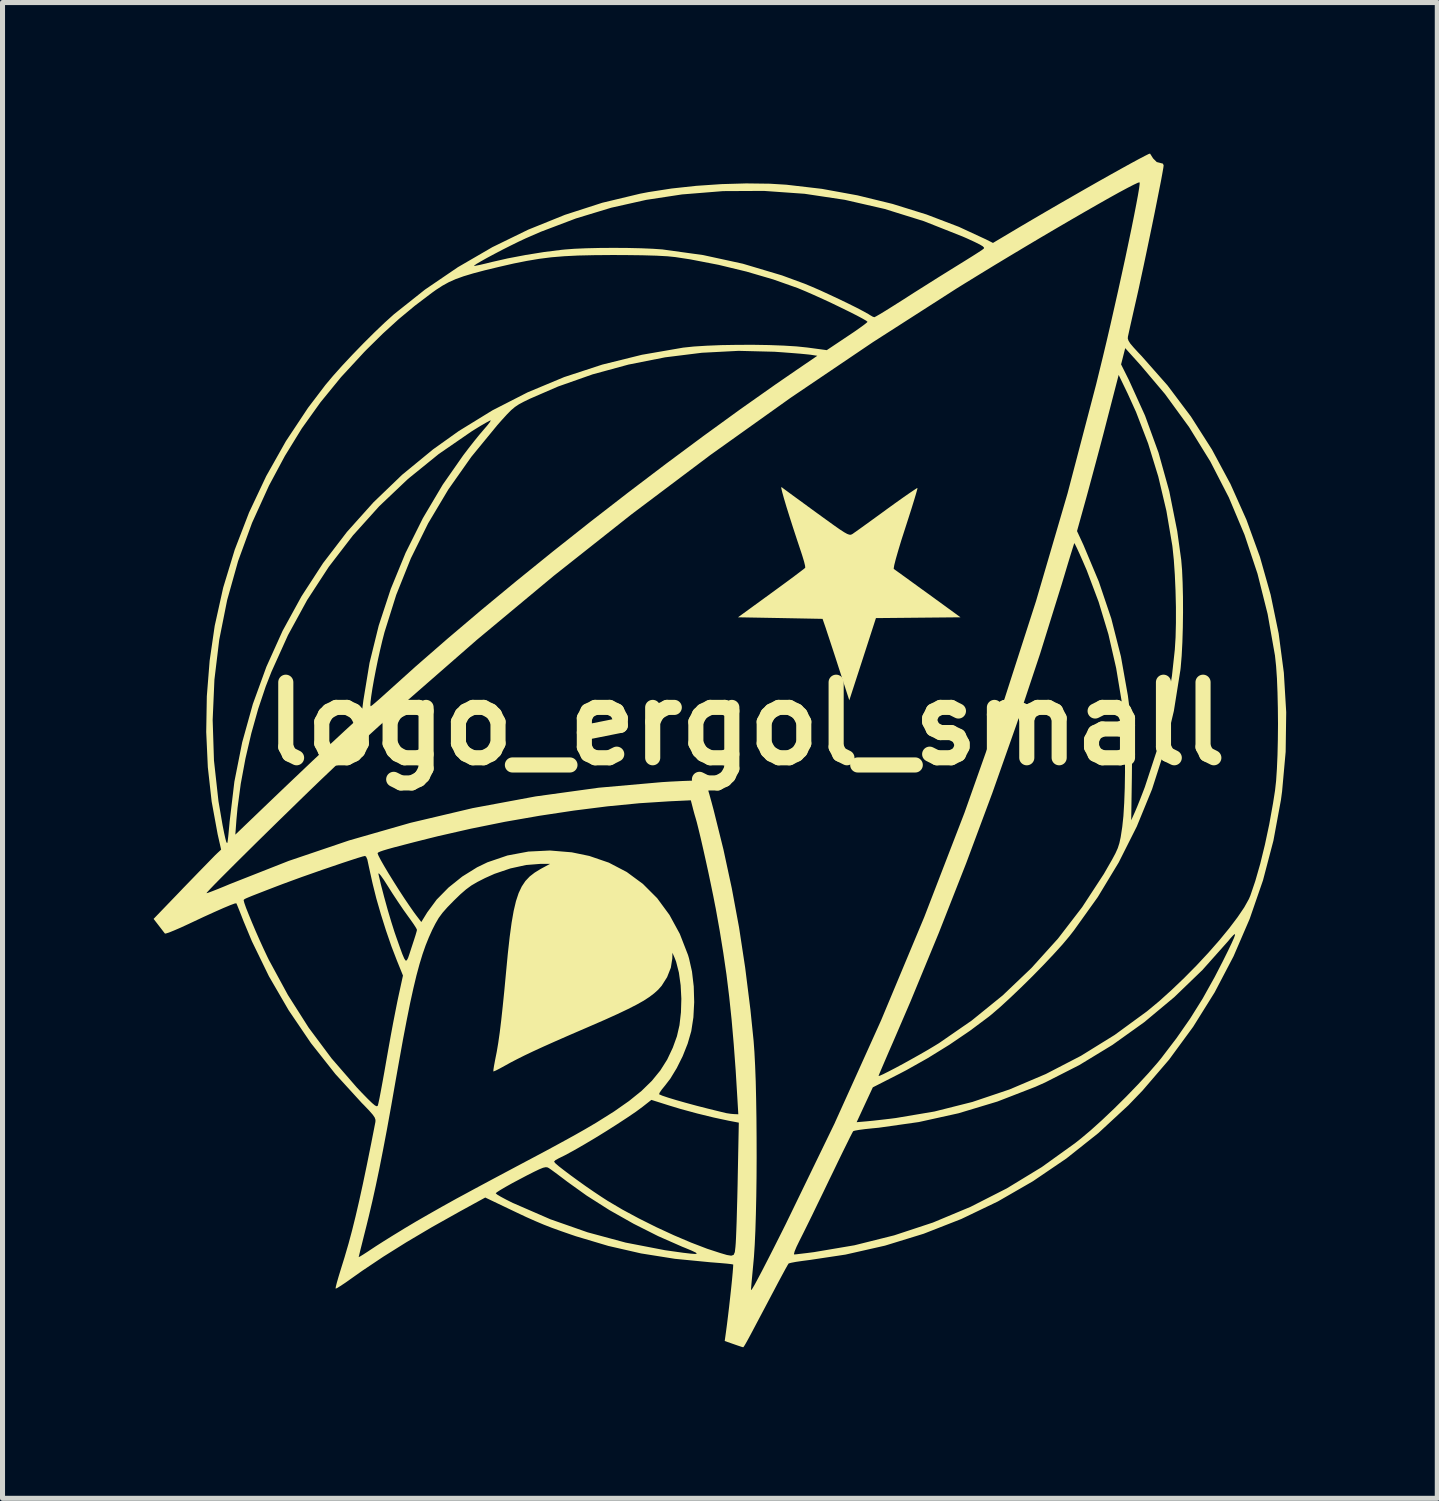
<source format=kicad_pcb>
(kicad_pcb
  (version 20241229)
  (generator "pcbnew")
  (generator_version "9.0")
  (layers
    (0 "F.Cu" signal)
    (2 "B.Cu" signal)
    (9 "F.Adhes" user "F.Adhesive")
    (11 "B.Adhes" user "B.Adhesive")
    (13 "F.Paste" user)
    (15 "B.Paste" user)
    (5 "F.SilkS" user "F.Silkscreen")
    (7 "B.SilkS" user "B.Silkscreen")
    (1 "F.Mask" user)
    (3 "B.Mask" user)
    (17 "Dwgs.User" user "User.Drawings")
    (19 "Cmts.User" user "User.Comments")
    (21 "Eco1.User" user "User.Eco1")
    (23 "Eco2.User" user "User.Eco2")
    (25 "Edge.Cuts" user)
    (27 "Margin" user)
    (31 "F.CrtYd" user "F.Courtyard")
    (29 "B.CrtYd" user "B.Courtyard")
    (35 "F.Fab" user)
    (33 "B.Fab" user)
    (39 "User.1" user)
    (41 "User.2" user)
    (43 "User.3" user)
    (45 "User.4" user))
  (footprint "logo_ergol_small"
    (layer "F.Cu")
    (at 11.768 11.319)
    (property "Reference" "logo_ergol_small" (at 0 0 0) (layer "F.SilkS") (effects (font (size 1.5 1.5) (thickness 0.3))))
    (attr board_only exclude_from_pos_files exclude_from_bom)
    (fp_poly (pts (xy 0.699 -4.698) (xy 0.733 -4.672) (xy 0.811 -4.615) (xy 0.925 -4.531) (xy 1.068 -4.427) (xy 1.233 -4.306) (xy 1.387 -4.194) (xy 1.586 -4.05) (xy 1.74 -3.939) (xy 1.857 -3.857) (xy 1.943 -3.801) (xy 2.004 -3.767) (xy 2.046 -3.752) (xy 2.076 -3.75) (xy 2.1 -3.76) (xy 2.111 -3.766) (xy 2.156 -3.798) (xy 2.244 -3.86) (xy 2.366 -3.948) (xy 2.514 -4.055) (xy 2.681 -4.176) (xy 2.786 -4.253) (xy 2.955 -4.375) (xy 3.107 -4.483) (xy 3.235 -4.572) (xy 3.331 -4.637) (xy 3.388 -4.674) (xy 3.401 -4.679) (xy 3.395 -4.648) (xy 3.372 -4.564) (xy 3.334 -4.437) (xy 3.284 -4.275) (xy 3.223 -4.084) (xy 3.157 -3.879) (xy 3.079 -3.637) (xy 3.017 -3.431) (xy 2.97 -3.267) (xy 2.94 -3.149) (xy 2.929 -3.083) (xy 2.931 -3.07) (xy 2.964 -3.047) (xy 3.041 -2.992) (xy 3.153 -2.911) (xy 3.295 -2.808) (xy 3.459 -2.689) (xy 3.609 -2.581) (xy 4.255 -2.111) (xy 3.415 -2.103) (xy 2.576 -2.095) (xy 2.312 -1.279) (xy 2.047 -0.463) (xy 1.835 -1.115) (xy 1.77 -1.317) (xy 1.707 -1.509) (xy 1.651 -1.679) (xy 1.606 -1.815) (xy 1.576 -1.907) (xy 1.57 -1.924) (xy 1.516 -2.08) (xy 0.677 -2.096) (xy -0.163 -2.111) (xy 0.497 -2.591) (xy 0.675 -2.721) (xy 0.836 -2.839) (xy 0.973 -2.941) (xy 1.079 -3.021) (xy 1.148 -3.074) (xy 1.172 -3.095) (xy 1.169 -3.134) (xy 1.149 -3.217) (xy 1.115 -3.33) (xy 1.093 -3.398) (xy 1.008 -3.653) (xy 0.929 -3.894) (xy 0.858 -4.116) (xy 0.797 -4.311) (xy 0.749 -4.473) (xy 0.715 -4.596) (xy 0.697 -4.673) (xy 0.698 -4.698)) (stroke (width 0) (type solid)) (fill yes) (layer "F.SilkS"))
    (fp_poly (pts (xy 8.039 -11.288) (xy 8.078 -11.226) (xy 8.081 -11.222) (xy 8.152 -11.151) (xy 8.212 -11.136) (xy 8.275 -11.119) (xy 8.289 -11.085) (xy 8.283 -11.037) (xy 8.265 -10.934) (xy 8.238 -10.786) (xy 8.201 -10.599) (xy 8.158 -10.382) (xy 8.11 -10.141) (xy 8.058 -9.886) (xy 8.003 -9.622) (xy 7.948 -9.358) (xy 7.894 -9.102) (xy 7.842 -8.861) (xy 7.795 -8.642) (xy 7.758 -8.477) (xy 7.711 -8.271) (xy 7.668 -8.081) (xy 7.631 -7.917) (xy 7.603 -7.79) (xy 7.585 -7.708) (xy 7.58 -7.687) (xy 7.577 -7.647) (xy 7.591 -7.604) (xy 7.626 -7.548) (xy 7.691 -7.471) (xy 7.79 -7.363) (xy 7.853 -7.297) (xy 8.365 -6.717) (xy 8.831 -6.097) (xy 9.248 -5.443) (xy 9.616 -4.758) (xy 9.934 -4.046) (xy 10.201 -3.311) (xy 10.414 -2.558) (xy 10.573 -1.79) (xy 10.676 -1.011) (xy 10.723 -0.226) (xy 10.712 0.561) (xy 10.641 1.347) (xy 10.618 1.517) (xy 10.469 2.324) (xy 10.262 3.112) (xy 9.997 3.879) (xy 9.677 4.621) (xy 9.302 5.337) (xy 8.875 6.021) (xy 8.397 6.673) (xy 7.869 7.288) (xy 7.588 7.58) (xy 6.993 8.131) (xy 6.36 8.634) (xy 5.694 9.087) (xy 4.997 9.489) (xy 4.272 9.837) (xy 3.524 10.13) (xy 2.757 10.366) (xy 1.972 10.544) (xy 1.268 10.65) (xy 1.115 10.67) (xy 0.985 10.689) (xy 0.891 10.707) (xy 0.844 10.72) (xy 0.842 10.721) (xy 0.821 10.755) (xy 0.776 10.835) (xy 0.711 10.955) (xy 0.631 11.104) (xy 0.541 11.275) (xy 0.507 11.339) (xy 0.365 11.608) (xy 0.249 11.827) (xy 0.157 12.001) (xy 0.086 12.135) (xy 0.033 12.233) (xy -0.006 12.303) (xy -0.032 12.347) (xy -0.048 12.372) (xy -0.058 12.383) (xy -0.063 12.384) (xy -0.098 12.374) (xy -0.175 12.348) (xy -0.253 12.321) (xy -0.427 12.26) (xy -0.402 12.081) (xy -0.383 11.937) (xy -0.362 11.768) (xy -0.34 11.584) (xy -0.319 11.395) (xy -0.299 11.212) (xy -0.282 11.046) (xy -0.269 10.906) (xy -0.261 10.803) (xy -0.258 10.747) (xy -0.259 10.741) (xy -0.294 10.734) (xy -0.379 10.724) (xy -0.503 10.713) (xy -0.655 10.701) (xy -0.707 10.697) (xy -1.416 10.628) (xy -2.088 10.521) (xy -2.738 10.372) (xy -3.382 10.18) (xy -3.467 10.151) (xy -3.68 10.077) (xy -3.86 10.012) (xy -4.024 9.948) (xy -4.187 9.879) (xy -4.365 9.8) (xy -4.573 9.702) (xy -4.726 9.629) (xy -5.182 9.411) (xy -5.68 9.684) (xy -6.24 9.998) (xy -6.747 10.298) (xy -7.207 10.586) (xy -7.628 10.868) (xy -7.847 11.023) (xy -7.963 11.105) (xy -8.06 11.169) (xy -8.127 11.21) (xy -8.154 11.22) (xy -8.15 11.186) (xy -8.13 11.104) (xy -8.096 10.986) (xy -8.052 10.842) (xy -8.04 10.803) (xy -7.975 10.594) (xy -7.695 10.594) (xy -7.671 10.583) (xy -7.607 10.544) (xy -7.514 10.484) (xy -7.46 10.448) (xy -7.348 10.374) (xy -7.199 10.279) (xy -7.029 10.173) (xy -6.854 10.066) (xy -6.786 10.024) (xy -6.556 9.887) (xy -6.311 9.746) (xy -6.045 9.595) (xy -5.752 9.432) (xy -5.557 9.327) (xy -4.974 9.327) (xy -4.947 9.351) (xy -4.874 9.395) (xy -4.766 9.453) (xy -4.634 9.519) (xy -4.622 9.524) (xy -3.888 9.843) (xy -3.149 10.102) (xy -2.394 10.306) (xy -1.613 10.457) (xy -1.251 10.508) (xy -1.104 10.525) (xy -1.013 10.532) (xy -0.98 10.525) (xy -1.004 10.503) (xy -1.086 10.464) (xy -1.226 10.406) (xy -1.271 10.388) (xy -1.75 10.177) (xy -2.238 9.931) (xy -2.717 9.66) (xy -3.168 9.373) (xy -3.549 9.1) (xy -3.673 9.006) (xy -3.785 8.922) (xy -3.873 8.858) (xy -3.921 8.825) (xy -3.95 8.811) (xy -3.985 8.809) (xy -4.035 8.82) (xy -4.108 8.85) (xy -4.213 8.9) (xy -4.359 8.974) (xy -4.482 9.039) (xy -4.641 9.123) (xy -4.778 9.2) (xy -4.885 9.263) (xy -4.953 9.307) (xy -4.974 9.327) (xy -5.557 9.327) (xy -5.423 9.254) (xy -5.052 9.055) (xy -4.633 8.832) (xy -4.592 8.81) (xy -4.383 8.699) (xy -3.816 8.699) (xy -3.792 8.729) (xy -3.724 8.788) (xy -3.62 8.869) (xy -3.49 8.967) (xy -3.342 9.075) (xy -3.184 9.188) (xy -3.024 9.298) (xy -2.871 9.4) (xy -2.753 9.476) (xy -2.459 9.65) (xy -2.132 9.826) (xy -1.786 9.999) (xy -1.435 10.161) (xy -1.094 10.306) (xy -0.776 10.428) (xy -0.516 10.513) (xy -0.383 10.552) (xy -0.298 10.566) (xy -0.25 10.55) (xy -0.226 10.495) (xy -0.214 10.392) (xy -0.208 10.315) (xy -0.203 10.221) (xy -0.197 10.074) (xy -0.19 9.883) (xy -0.184 9.66) (xy -0.177 9.412) (xy -0.171 9.15) (xy -0.168 8.99) (xy -0.147 7.924) (xy -0.347 7.886) (xy -0.646 7.822) (xy -0.973 7.742) (xy -1.301 7.653) (xy -1.535 7.582) (xy -1.883 7.472) (xy -2.06 7.611) (xy -2.19 7.707) (xy -2.361 7.823) (xy -2.561 7.954) (xy -2.778 8.092) (xy -3.002 8.23) (xy -3.221 8.36) (xy -3.423 8.476) (xy -3.596 8.57) (xy -3.73 8.636) (xy -3.73 8.636) (xy -3.791 8.671) (xy -3.816 8.699) (xy -4.383 8.699) (xy -4.262 8.635) (xy -3.98 8.485) (xy -3.74 8.355) (xy -3.535 8.243) (xy -3.357 8.144) (xy -3.2 8.055) (xy -3.057 7.971) (xy -2.974 7.922) (xy -2.624 7.702) (xy -2.327 7.494) (xy -2.079 7.294) (xy -1.874 7.094) (xy -1.706 6.888) (xy -1.569 6.671) (xy -1.458 6.436) (xy -1.376 6.209) (xy -1.325 5.988) (xy -1.296 5.733) (xy -1.288 5.464) (xy -1.302 5.195) (xy -1.337 4.944) (xy -1.392 4.728) (xy -1.423 4.648) (xy -1.465 4.551) (xy -1.468 4.667) (xy -1.497 4.848) (xy -1.571 5.035) (xy -1.68 5.207) (xy -1.749 5.285) (xy -1.828 5.356) (xy -1.921 5.427) (xy -2.034 5.501) (xy -2.173 5.579) (xy -2.345 5.667) (xy -2.555 5.767) (xy -2.809 5.882) (xy -3.115 6.015) (xy -3.191 6.048) (xy -3.52 6.19) (xy -3.798 6.312) (xy -4.033 6.417) (xy -4.231 6.508) (xy -4.399 6.588) (xy -4.545 6.661) (xy -4.676 6.729) (xy -4.788 6.791) (xy -4.892 6.848) (xy -4.972 6.889) (xy -5.017 6.907) (xy -5.021 6.907) (xy -5.02 6.874) (xy -5.008 6.796) (xy -4.988 6.689) (xy -4.986 6.678) (xy -4.954 6.518) (xy -4.924 6.34) (xy -4.895 6.137) (xy -4.866 5.9) (xy -4.836 5.624) (xy -4.803 5.299) (xy -4.771 4.958) (xy -4.734 4.569) (xy -4.697 4.236) (xy -4.659 3.955) (xy -4.618 3.72) (xy -4.572 3.525) (xy -4.519 3.365) (xy -4.457 3.234) (xy -4.385 3.126) (xy -4.3 3.036) (xy -4.201 2.959) (xy -4.085 2.888) (xy -4.067 2.878) (xy -3.894 2.785) (xy -4.082 2.785) (xy -4.372 2.808) (xy -4.683 2.876) (xy -4.998 2.983) (xy -5.186 3.067) (xy -5.337 3.144) (xy -5.457 3.214) (xy -5.563 3.292) (xy -5.675 3.389) (xy -5.804 3.514) (xy -5.935 3.648) (xy -6.031 3.757) (xy -6.107 3.86) (xy -6.173 3.974) (xy -6.236 4.098) (xy -6.303 4.247) (xy -6.367 4.406) (xy -6.428 4.581) (xy -6.488 4.778) (xy -6.548 5) (xy -6.609 5.255) (xy -6.673 5.546) (xy -6.74 5.879) (xy -6.813 6.259) (xy -6.891 6.692) (xy -6.961 7.085) (xy -7.051 7.598) (xy -7.134 8.057) (xy -7.212 8.468) (xy -7.285 8.838) (xy -7.356 9.176) (xy -7.425 9.488) (xy -7.494 9.781) (xy -7.54 9.969) (xy -7.587 10.155) (xy -7.628 10.32) (xy -7.662 10.454) (xy -7.684 10.547) (xy -7.695 10.592) (xy -7.695 10.594) (xy -7.975 10.594) (xy -7.967 10.566) (xy -7.896 10.323) (xy -7.827 10.066) (xy -7.758 9.788) (xy -7.687 9.482) (xy -7.612 9.141) (xy -7.532 8.758) (xy -7.445 8.327) (xy -7.363 7.908) (xy -7.362 7.868) (xy -7.377 7.823) (xy -7.416 7.766) (xy -7.486 7.686) (xy -7.592 7.575) (xy -7.634 7.533) (xy -8.158 6.959) (xy -8.644 6.344) (xy -9.085 5.694) (xy -9.478 5.017) (xy -9.816 4.322) (xy -9.981 3.926) (xy -10.034 3.79) (xy -10.079 3.677) (xy -10.111 3.599) (xy -10.125 3.568) (xy -10.159 3.573) (xy -10.245 3.605) (xy -10.377 3.66) (xy -10.553 3.738) (xy -10.767 3.835) (xy -11.016 3.952) (xy -11.071 3.978) (xy -11.225 4.049) (xy -11.359 4.107) (xy -11.463 4.149) (xy -11.527 4.169) (xy -11.543 4.169) (xy -11.572 4.132) (xy -11.625 4.063) (xy -11.665 4.011) (xy -11.768 3.878) (xy -11.41 3.506) (xy -9.979 3.506) (xy -9.979 3.511) (xy -9.966 3.562) (xy -9.932 3.659) (xy -9.879 3.792) (xy -9.814 3.95) (xy -9.74 4.124) (xy -9.661 4.303) (xy -9.582 4.476) (xy -9.508 4.633) (xy -9.479 4.692) (xy -9.101 5.389) (xy -8.688 6.039) (xy -8.234 6.648) (xy -7.735 7.223) (xy -7.636 7.328) (xy -7.515 7.452) (xy -7.429 7.535) (xy -7.373 7.582) (xy -7.338 7.599) (xy -7.319 7.59) (xy -7.314 7.581) (xy -7.303 7.535) (xy -7.282 7.437) (xy -7.255 7.295) (xy -7.222 7.117) (xy -7.185 6.912) (xy -7.147 6.694) (xy -7.103 6.445) (xy -7.057 6.189) (xy -7.011 5.942) (xy -6.967 5.717) (xy -6.93 5.53) (xy -6.91 5.434) (xy -6.816 5.003) (xy -6.939 4.699) (xy -7.045 4.423) (xy -7.152 4.112) (xy -7.254 3.788) (xy -7.345 3.473) (xy -7.416 3.189) (xy -7.427 3.142) (xy -7.46 2.991) (xy -7.462 2.983) (xy -7.304 2.983) (xy -7.303 2.987) (xy -7.253 3.201) (xy -7.19 3.442) (xy -7.121 3.692) (xy -7.05 3.931) (xy -6.984 4.14) (xy -6.949 4.241) (xy -6.88 4.436) (xy -6.829 4.576) (xy -6.791 4.665) (xy -6.763 4.706) (xy -6.74 4.701) (xy -6.715 4.655) (xy -6.686 4.57) (xy -6.647 4.449) (xy -6.646 4.446) (xy -6.602 4.312) (xy -6.566 4.2) (xy -6.544 4.123) (xy -6.538 4.095) (xy -6.555 4.059) (xy -6.602 3.985) (xy -6.671 3.887) (xy -6.716 3.825) (xy -6.806 3.699) (xy -6.914 3.54) (xy -7.025 3.372) (xy -7.109 3.239) (xy -7.195 3.104) (xy -7.258 3.015) (xy -7.295 2.973) (xy -7.304 2.983) (xy -7.462 2.983) (xy -7.49 2.856) (xy -7.512 2.753) (xy -7.524 2.698) (xy -7.548 2.643) (xy -7.57 2.628) (xy -7.614 2.638) (xy -7.709 2.666) (xy -7.845 2.71) (xy -8.012 2.765) (xy -8.203 2.83) (xy -8.409 2.9) (xy -8.619 2.974) (xy -8.827 3.047) (xy -9.021 3.118) (xy -9.195 3.182) (xy -9.314 3.227) (xy -9.527 3.309) (xy -9.689 3.372) (xy -9.807 3.418) (xy -9.887 3.451) (xy -9.938 3.473) (xy -9.965 3.488) (xy -9.976 3.498) (xy -9.979 3.506) (xy -11.41 3.506) (xy -11.277 3.368) (xy -10.719 3.368) (xy -10.688 3.36) (xy -10.609 3.331) (xy -10.494 3.286) (xy -10.35 3.227) (xy -10.257 3.188) (xy -9.084 2.726) (xy -8.641 2.576) (xy -7.32 2.576) (xy -7.303 2.621) (xy -7.257 2.71) (xy -7.188 2.831) (xy -7.101 2.977) (xy -7.002 3.137) (xy -6.897 3.303) (xy -6.791 3.466) (xy -6.69 3.615) (xy -6.601 3.743) (xy -6.556 3.804) (xy -6.452 3.94) (xy -6.333 3.747) (xy -6.147 3.495) (xy -5.911 3.255) (xy -5.639 3.037) (xy -5.345 2.854) (xy -5.138 2.754) (xy -4.742 2.619) (xy -4.325 2.541) (xy -3.897 2.52) (xy -3.464 2.556) (xy -3.116 2.628) (xy -2.728 2.761) (xy -2.372 2.947) (xy -2.052 3.183) (xy -1.768 3.467) (xy -1.524 3.799) (xy -1.319 4.175) (xy -1.156 4.594) (xy -1.136 4.661) (xy -1.077 4.923) (xy -1.042 5.22) (xy -1.033 5.531) (xy -1.049 5.834) (xy -1.091 6.107) (xy -1.094 6.118) (xy -1.163 6.356) (xy -1.261 6.603) (xy -1.379 6.84) (xy -1.506 7.049) (xy -1.61 7.185) (xy -1.677 7.267) (xy -1.72 7.33) (xy -1.73 7.36) (xy -1.729 7.361) (xy -1.665 7.389) (xy -1.549 7.428) (xy -1.391 7.476) (xy -1.201 7.53) (xy -0.987 7.588) (xy -0.76 7.646) (xy -0.529 7.703) (xy -0.391 7.736) (xy -0.311 7.748) (xy -0.243 7.754) (xy -0.157 7.758) (xy -0.174 7.468) (xy -0.209 6.891) (xy -0.248 6.365) (xy -0.29 5.88) (xy -0.338 5.423) (xy -0.392 4.984) (xy -0.455 4.552) (xy -0.526 4.115) (xy -0.607 3.662) (xy -0.613 3.634) (xy -0.652 3.434) (xy -0.698 3.21) (xy -0.748 2.971) (xy -0.801 2.729) (xy -0.853 2.496) (xy -0.902 2.282) (xy -0.946 2.1) (xy -0.981 1.96) (xy -1 1.892) (xy -1.027 1.801) (xy -1.057 1.69) (xy -1.064 1.661) (xy -1.1 1.523) (xy -1.527 1.543) (xy -2.12 1.581) (xy -2.756 1.643) (xy -3.422 1.727) (xy -4.105 1.83) (xy -4.792 1.95) (xy -5.469 2.087) (xy -6.123 2.236) (xy -6.312 2.283) (xy -6.59 2.353) (xy -6.813 2.411) (xy -6.986 2.456) (xy -7.116 2.492) (xy -7.209 2.52) (xy -7.269 2.541) (xy -7.304 2.557) (xy -7.318 2.57) (xy -7.32 2.576) (xy -8.641 2.576) (xy -7.886 2.32) (xy -6.666 1.97) (xy -5.43 1.678) (xy -4.183 1.446) (xy -2.929 1.273) (xy -1.672 1.162) (xy -1.51 1.152) (xy -1.269 1.14) (xy -1.076 1.133) (xy -0.933 1.131) (xy -0.845 1.136) (xy -0.817 1.143) (xy -0.8 1.182) (xy -0.771 1.271) (xy -0.733 1.4) (xy -0.689 1.559) (xy -0.646 1.72) (xy -0.452 2.501) (xy -0.286 3.272) (xy -0.142 4.048) (xy -0.021 4.844) (xy 0.083 5.676) (xy 0.147 6.303) (xy 0.163 6.523) (xy 0.177 6.795) (xy 0.189 7.11) (xy 0.197 7.459) (xy 0.203 7.832) (xy 0.206 8.22) (xy 0.207 8.615) (xy 0.205 9.006) (xy 0.2 9.384) (xy 0.192 9.74) (xy 0.182 10.065) (xy 0.169 10.349) (xy 0.154 10.583) (xy 0.148 10.651) (xy 0.131 10.833) (xy 0.116 10.994) (xy 0.104 11.123) (xy 0.097 11.211) (xy 0.095 11.245) (xy 0.103 11.246) (xy 0.127 11.211) (xy 0.17 11.138) (xy 0.231 11.024) (xy 0.314 10.867) (xy 0.419 10.663) (xy 0.486 10.532) (xy 0.948 10.532) (xy 0.953 10.542) (xy 0.997 10.538) (xy 1.089 10.527) (xy 1.215 10.512) (xy 1.347 10.495) (xy 2.15 10.359) (xy 2.938 10.162) (xy 3.707 9.908) (xy 4.454 9.596) (xy 5.175 9.229) (xy 5.868 8.807) (xy 6.528 8.333) (xy 6.647 8.239) (xy 6.844 8.073) (xy 7.068 7.871) (xy 7.306 7.645) (xy 7.547 7.406) (xy 7.779 7.166) (xy 7.991 6.937) (xy 8.171 6.73) (xy 8.239 6.647) (xy 8.544 6.247) (xy 8.815 5.858) (xy 9.064 5.46) (xy 9.302 5.033) (xy 9.462 4.723) (xy 9.565 4.516) (xy 9.639 4.361) (xy 9.686 4.256) (xy 9.707 4.196) (xy 9.701 4.179) (xy 9.671 4.203) (xy 9.616 4.263) (xy 9.571 4.318) (xy 9.059 4.893) (xy 8.501 5.431) (xy 7.904 5.929) (xy 7.273 6.38) (xy 6.614 6.781) (xy 5.934 7.127) (xy 5.741 7.213) (xy 4.988 7.505) (xy 4.215 7.738) (xy 3.428 7.912) (xy 2.631 8.025) (xy 2.504 8.037) (xy 2.361 8.052) (xy 2.24 8.068) (xy 2.157 8.083) (xy 2.124 8.094) (xy 2.106 8.126) (xy 2.063 8.209) (xy 2.001 8.335) (xy 1.921 8.497) (xy 1.828 8.688) (xy 1.725 8.902) (xy 1.646 9.064) (xy 1.531 9.304) (xy 1.417 9.538) (xy 1.311 9.758) (xy 1.215 9.953) (xy 1.135 10.115) (xy 1.075 10.234) (xy 1.054 10.276) (xy 0.999 10.389) (xy 0.962 10.478) (xy 0.948 10.532) (xy 0.486 10.532) (xy 0.548 10.41) (xy 0.702 10.104) (xy 0.784 9.94) (xy 1.761 7.926) (xy 1.765 7.915) (xy 2.193 7.915) (xy 2.402 7.897) (xy 2.523 7.885) (xy 2.682 7.867) (xy 2.855 7.847) (xy 2.972 7.832) (xy 3.737 7.703) (xy 4.491 7.513) (xy 5.23 7.264) (xy 5.95 6.958) (xy 6.647 6.597) (xy 7.317 6.182) (xy 7.956 5.715) (xy 7.961 5.711) (xy 8.202 5.511) (xy 8.449 5.288) (xy 8.698 5.05) (xy 8.943 4.802) (xy 9.177 4.551) (xy 9.394 4.304) (xy 9.589 4.067) (xy 9.756 3.846) (xy 9.889 3.65) (xy 9.982 3.483) (xy 10.01 3.418) (xy 10.109 3.126) (xy 10.207 2.784) (xy 10.3 2.404) (xy 10.386 2) (xy 10.461 1.583) (xy 10.501 1.329) (xy 10.522 1.14) (xy 10.538 0.901) (xy 10.55 0.624) (xy 10.557 0.321) (xy 10.56 0.005) (xy 10.557 -0.311) (xy 10.55 -0.617) (xy 10.539 -0.898) (xy 10.522 -1.143) (xy 10.501 -1.34) (xy 10.501 -1.345) (xy 10.354 -2.176) (xy 10.153 -2.976) (xy 9.896 -3.748) (xy 9.584 -4.49) (xy 9.217 -5.203) (xy 8.794 -5.888) (xy 8.316 -6.544) (xy 7.834 -7.114) (xy 7.526 -7.456) (xy 7.485 -7.294) (xy 7.444 -7.133) (xy 7.597 -6.827) (xy 7.92 -6.115) (xy 8.188 -5.378) (xy 8.401 -4.614) (xy 8.559 -3.822) (xy 8.638 -3.253) (xy 8.655 -3.049) (xy 8.666 -2.798) (xy 8.673 -2.513) (xy 8.674 -2.211) (xy 8.67 -1.906) (xy 8.661 -1.612) (xy 8.647 -1.345) (xy 8.628 -1.119) (xy 8.622 -1.065) (xy 8.492 -0.251) (xy 8.304 0.538) (xy 8.059 1.303) (xy 7.756 2.043) (xy 7.397 2.757) (xy 6.981 3.445) (xy 6.509 4.105) (xy 6.417 4.223) (xy 6.28 4.386) (xy 6.106 4.578) (xy 5.906 4.79) (xy 5.69 5.011) (xy 5.468 5.23) (xy 5.251 5.437) (xy 5.05 5.622) (xy 4.875 5.773) (xy 4.817 5.82) (xy 4.445 6.098) (xy 4.033 6.378) (xy 3.603 6.644) (xy 3.178 6.883) (xy 3.042 6.954) (xy 2.514 7.223) (xy 2.353 7.569) (xy 2.193 7.915) (xy 1.765 7.915) (xy 2.18 6.997) (xy 2.628 6.997) (xy 2.653 6.992) (xy 2.724 6.96) (xy 2.831 6.906) (xy 2.966 6.836) (xy 3.119 6.754) (xy 3.281 6.664) (xy 3.445 6.572) (xy 3.6 6.483) (xy 3.737 6.401) (xy 3.827 6.346) (xy 4.478 5.896) (xy 5.092 5.398) (xy 5.663 4.854) (xy 6.191 4.269) (xy 6.671 3.645) (xy 7.102 2.985) (xy 7.269 2.694) (xy 7.333 2.574) (xy 7.378 2.474) (xy 7.41 2.374) (xy 7.436 2.255) (xy 7.46 2.098) (xy 7.467 2.053) (xy 7.49 1.838) (xy 7.506 1.575) (xy 7.517 1.278) (xy 7.522 0.962) (xy 7.521 0.639) (xy 7.514 0.324) (xy 7.502 0.031) (xy 7.483 -0.226) (xy 7.464 -0.391) (xy 7.346 -1.103) (xy 7.192 -1.775) (xy 6.998 -2.417) (xy 6.762 -3.044) (xy 6.676 -3.243) (xy 6.617 -3.376) (xy 6.567 -3.485) (xy 6.531 -3.558) (xy 6.515 -3.585) (xy 6.515 -3.585) (xy 6.505 -3.555) (xy 6.479 -3.472) (xy 6.439 -3.344) (xy 6.389 -3.18) (xy 6.331 -2.986) (xy 6.266 -2.77) (xy 6.255 -2.735) (xy 5.837 -1.391) (xy 5.379 -0.016) (xy 4.888 1.376) (xy 4.368 2.772) (xy 3.824 4.157) (xy 3.262 5.519) (xy 2.913 6.33) (xy 2.831 6.517) (xy 2.759 6.685) (xy 2.699 6.825) (xy 2.655 6.928) (xy 2.631 6.987) (xy 2.628 6.997) (xy 2.18 6.997) (xy 2.677 5.895) (xy 3.534 3.845) (xy 4.333 1.774) (xy 5.073 -0.317) (xy 5.755 -2.433) (xy 6.162 -3.823) (xy 6.569 -3.823) (xy 6.697 -3.546) (xy 7.002 -2.819) (xy 7.25 -2.084) (xy 7.441 -1.332) (xy 7.579 -0.555) (xy 7.618 -0.25) (xy 7.636 -0.077) (xy 7.649 0.099) (xy 7.657 0.288) (xy 7.661 0.504) (xy 7.661 0.759) (xy 7.658 1.062) (xy 7.645 1.92) (xy 7.721 1.75) (xy 7.765 1.646) (xy 7.821 1.506) (xy 7.881 1.351) (xy 7.916 1.259) (xy 8.146 0.559) (xy 8.325 -0.176) (xy 8.454 -0.948) (xy 8.511 -1.47) (xy 8.526 -1.713) (xy 8.533 -2) (xy 8.533 -2.315) (xy 8.525 -2.64) (xy 8.511 -2.958) (xy 8.491 -3.251) (xy 8.465 -3.503) (xy 8.461 -3.535) (xy 8.344 -4.224) (xy 8.183 -4.904) (xy 7.981 -5.562) (xy 7.742 -6.185) (xy 7.576 -6.551) (xy 7.396 -6.924) (xy 7.166 -6.035) (xy 7.096 -5.764) (xy 7.019 -5.472) (xy 6.94 -5.176) (xy 6.864 -4.894) (xy 6.796 -4.642) (xy 6.753 -4.484) (xy 6.569 -3.823) (xy 6.162 -3.823) (xy 6.381 -4.572) (xy 6.949 -6.738) (xy 7.08 -7.273) (xy 7.156 -7.591) (xy 7.233 -7.922) (xy 7.309 -8.258) (xy 7.385 -8.595) (xy 7.458 -8.927) (xy 7.528 -9.248) (xy 7.592 -9.552) (xy 7.651 -9.834) (xy 7.702 -10.089) (xy 7.745 -10.31) (xy 7.779 -10.493) (xy 7.802 -10.63) (xy 7.813 -10.718) (xy 7.811 -10.749) (xy 7.778 -10.74) (xy 7.696 -10.702) (xy 7.57 -10.637) (xy 7.404 -10.548) (xy 7.204 -10.437) (xy 6.975 -10.307) (xy 6.72 -10.161) (xy 6.445 -10.002) (xy 6.154 -9.832) (xy 5.853 -9.655) (xy 5.545 -9.472) (xy 5.236 -9.287) (xy 4.931 -9.103) (xy 4.633 -8.921) (xy 4.348 -8.746) (xy 4.185 -8.645) (xy 2.515 -7.574) (xy 0.885 -6.472) (xy -0.71 -5.335) (xy -2.276 -4.157) (xy -3.821 -2.935) (xy -5.349 -1.663) (xy -6.867 -0.337) (xy -7.992 0.686) (xy -8.118 0.804) (xy -8.27 0.949) (xy -8.446 1.116) (xy -8.639 1.302) (xy -8.845 1.502) (xy -9.06 1.712) (xy -9.28 1.926) (xy -9.499 2.141) (xy -9.714 2.352) (xy -9.919 2.555) (xy -10.111 2.745) (xy -10.284 2.918) (xy -10.435 3.069) (xy -10.558 3.194) (xy -10.649 3.289) (xy -10.704 3.348) (xy -10.719 3.368) (xy -11.277 3.368) (xy -11.174 3.26) (xy -11.013 3.094) (xy -10.864 2.94) (xy -10.731 2.804) (xy -10.623 2.693) (xy -10.545 2.613) (xy -10.503 2.573) (xy -10.427 2.502) (xy -10.496 2.197) (xy -10.615 1.548) (xy -10.691 0.867) (xy -10.723 0.166) (xy -10.719 -0.072) (xy -10.595 -0.072) (xy -10.569 0.733) (xy -10.48 1.54) (xy -10.398 2.018) (xy -10.366 2.179) (xy -10.342 2.286) (xy -10.325 2.348) (xy -10.312 2.371) (xy -10.304 2.37) (xy -10.297 2.335) (xy -10.287 2.251) (xy -10.282 2.205) (xy -10.145 2.205) (xy -9.575 1.658) (xy -9.385 1.476) (xy -9.179 1.279) (xy -8.971 1.081) (xy -8.776 0.896) (xy -8.607 0.735) (xy -8.561 0.692) (xy -8.403 0.544) (xy -8.242 0.393) (xy -8.089 0.251) (xy -7.959 0.13) (xy -7.878 0.056) (xy -7.64 -0.162) (xy -7.615 -0.362) (xy -7.463 -0.362) (xy -7.457 -0.344) (xy -7.428 -0.364) (xy -7.362 -0.419) (xy -7.269 -0.5) (xy -7.158 -0.6) (xy -7.136 -0.62) (xy -6.556 -1.142) (xy -5.928 -1.689) (xy -5.261 -2.255) (xy -4.562 -2.833) (xy -3.839 -3.418) (xy -3.098 -4.005) (xy -2.348 -4.586) (xy -1.597 -5.156) (xy -0.851 -5.71) (xy -0.119 -6.241) (xy 0.593 -6.743) (xy 0.98 -7.009) (xy 1.412 -7.304) (xy 1.277 -7.325) (xy 1.202 -7.333) (xy 1.078 -7.345) (xy 0.917 -7.358) (xy 0.733 -7.372) (xy 0.562 -7.384) (xy -0.152 -7.402) (xy -0.88 -7.364) (xy -1.612 -7.273) (xy -2.339 -7.129) (xy -3.051 -6.935) (xy -3.738 -6.693) (xy -4.3 -6.449) (xy -4.421 -6.39) (xy -4.514 -6.34) (xy -4.592 -6.288) (xy -4.667 -6.225) (xy -4.75 -6.141) (xy -4.855 -6.026) (xy -4.944 -5.925) (xy -5.459 -5.297) (xy -5.916 -4.648) (xy -6.316 -3.977) (xy -6.66 -3.28) (xy -6.95 -2.556) (xy -7.183 -1.814) (xy -7.226 -1.648) (xy -7.27 -1.462) (xy -7.314 -1.264) (xy -7.355 -1.064) (xy -7.392 -0.872) (xy -7.423 -0.696) (xy -7.446 -0.546) (xy -7.46 -0.432) (xy -7.463 -0.362) (xy -7.615 -0.362) (xy -7.602 -0.464) (xy -7.48 -1.206) (xy -7.298 -1.945) (xy -7.058 -2.675) (xy -6.765 -3.389) (xy -6.42 -4.081) (xy -6.027 -4.744) (xy -5.622 -5.324) (xy -5.511 -5.47) (xy -5.398 -5.614) (xy -5.295 -5.741) (xy -5.215 -5.835) (xy -5.208 -5.843) (xy -5.137 -5.926) (xy -5.089 -5.989) (xy -5.072 -6.021) (xy -5.073 -6.022) (xy -5.102 -6.011) (xy -5.175 -5.971) (xy -5.28 -5.91) (xy -5.408 -5.831) (xy -5.454 -5.802) (xy -6.106 -5.353) (xy -6.718 -4.857) (xy -7.287 -4.317) (xy -7.811 -3.735) (xy -8.289 -3.113) (xy -8.719 -2.453) (xy -9.099 -1.757) (xy -9.428 -1.028) (xy -9.541 -0.739) (xy -9.691 -0.292) (xy -9.827 0.192) (xy -9.944 0.694) (xy -10.037 1.194) (xy -10.101 1.672) (xy -10.123 1.908) (xy -10.145 2.205) (xy -10.282 2.205) (xy -10.275 2.128) (xy -10.261 1.98) (xy -10.259 1.953) (xy -10.164 1.154) (xy -10.009 0.373) (xy -9.797 -0.389) (xy -9.528 -1.129) (xy -9.206 -1.843) (xy -8.83 -2.529) (xy -8.404 -3.185) (xy -7.928 -3.807) (xy -7.403 -4.393) (xy -6.833 -4.941) (xy -6.218 -5.446) (xy -5.709 -5.809) (xy -5.039 -6.221) (xy -4.341 -6.578) (xy -3.615 -6.881) (xy -2.858 -7.129) (xy -2.071 -7.324) (xy -1.251 -7.466) (xy -1.042 -7.488) (xy -0.785 -7.504) (xy -0.493 -7.516) (xy -0.18 -7.521) (xy 0.14 -7.522) (xy 0.453 -7.517) (xy 0.746 -7.506) (xy 1.004 -7.49) (xy 1.214 -7.468) (xy 1.6 -7.416) (xy 2.004 -7.686) (xy 2.143 -7.779) (xy 2.261 -7.862) (xy 2.35 -7.927) (xy 2.4 -7.968) (xy 2.409 -7.978) (xy 2.382 -8.001) (xy 2.306 -8.045) (xy 2.192 -8.106) (xy 2.047 -8.179) (xy 1.88 -8.261) (xy 1.702 -8.347) (xy 1.519 -8.432) (xy 1.342 -8.512) (xy 1.18 -8.583) (xy 1.041 -8.641) (xy 1.019 -8.65) (xy 0.534 -8.821) (xy 0.005 -8.976) (xy -0.549 -9.11) (xy -1.113 -9.219) (xy -1.408 -9.264) (xy -1.565 -9.28) (xy -1.785 -9.292) (xy -2.064 -9.3) (xy -2.403 -9.304) (xy -2.659 -9.305) (xy -3.023 -9.302) (xy -3.337 -9.295) (xy -3.615 -9.281) (xy -3.869 -9.26) (xy -4.113 -9.229) (xy -4.358 -9.188) (xy -4.619 -9.136) (xy -4.907 -9.07) (xy -4.911 -9.069) (xy -5.193 -9.001) (xy -5.423 -8.94) (xy -5.612 -8.883) (xy -5.77 -8.826) (xy -5.907 -8.765) (xy -6.032 -8.696) (xy -6.157 -8.615) (xy -6.241 -8.555) (xy -6.581 -8.297) (xy -6.899 -8.033) (xy -7.211 -7.749) (xy -7.536 -7.429) (xy -7.586 -7.378) (xy -8.046 -6.88) (xy -8.455 -6.379) (xy -8.824 -5.863) (xy -9.161 -5.315) (xy -9.476 -4.727) (xy -9.813 -3.986) (xy -10.09 -3.227) (xy -10.307 -2.454) (xy -10.464 -1.668) (xy -10.56 -0.874) (xy -10.595 -0.072) (xy -10.719 -0.072) (xy -10.711 -0.544) (xy -10.655 -1.249) (xy -10.555 -1.938) (xy -10.555 -1.939) (xy -10.386 -2.7) (xy -10.157 -3.453) (xy -9.872 -4.193) (xy -9.532 -4.914) (xy -9.141 -5.608) (xy -8.701 -6.271) (xy -8.356 -6.725) (xy -8.208 -6.901) (xy -8.026 -7.105) (xy -7.82 -7.325) (xy -7.603 -7.549) (xy -7.387 -7.764) (xy -7.184 -7.958) (xy -7.007 -8.118) (xy -6.991 -8.132) (xy -6.378 -8.619) (xy -5.726 -9.063) (xy -5.683 -9.088) (xy -5.406 -9.088) (xy -5.374 -9.092) (xy -5.293 -9.108) (xy -5.177 -9.135) (xy -5.052 -9.166) (xy -4.736 -9.238) (xy -4.383 -9.305) (xy -4.018 -9.364) (xy -3.667 -9.408) (xy -3.597 -9.415) (xy -3.411 -9.429) (xy -3.178 -9.439) (xy -2.914 -9.445) (xy -2.634 -9.447) (xy -2.353 -9.445) (xy -2.087 -9.439) (xy -1.852 -9.429) (xy -1.664 -9.416) (xy -1.658 -9.415) (xy -0.856 -9.304) (xy -0.066 -9.132) (xy 0.711 -8.9) (xy 1.157 -8.736) (xy 1.297 -8.678) (xy 1.465 -8.605) (xy 1.649 -8.52) (xy 1.84 -8.431) (xy 2.024 -8.342) (xy 2.191 -8.259) (xy 2.328 -8.187) (xy 2.425 -8.133) (xy 2.453 -8.115) (xy 2.513 -8.08) (xy 2.545 -8.07) (xy 2.579 -8.087) (xy 2.657 -8.132) (xy 2.771 -8.201) (xy 2.913 -8.29) (xy 3.074 -8.392) (xy 3.125 -8.424) (xy 3.335 -8.559) (xy 3.57 -8.707) (xy 3.809 -8.858) (xy 4.031 -8.996) (xy 4.176 -9.086) (xy 4.336 -9.185) (xy 4.48 -9.275) (xy 4.598 -9.35) (xy 4.68 -9.404) (xy 4.718 -9.432) (xy 4.723 -9.451) (xy 4.699 -9.477) (xy 4.638 -9.514) (xy 4.535 -9.565) (xy 4.383 -9.635) (xy 4.296 -9.673) (xy 3.528 -9.977) (xy 2.748 -10.22) (xy 1.958 -10.401) (xy 1.159 -10.521) (xy 0.353 -10.578) (xy -0.459 -10.574) (xy -1.276 -10.508) (xy -1.986 -10.4) (xy -2.681 -10.244) (xy -3.382 -10.031) (xy -4.078 -9.767) (xy -4.377 -9.637) (xy -4.522 -9.569) (xy -4.68 -9.491) (xy -4.843 -9.409) (xy -5.001 -9.326) (xy -5.145 -9.249) (xy -5.266 -9.181) (xy -5.355 -9.129) (xy -5.401 -9.096) (xy -5.406 -9.088) (xy -5.683 -9.088) (xy -5.041 -9.461) (xy -4.33 -9.808) (xy -3.6 -10.103) (xy -2.857 -10.343) (xy -2.106 -10.523) (xy -1.939 -10.555) (xy -1.48 -10.626) (xy -0.99 -10.679) (xy -0.49 -10.713) (xy 0.002 -10.727) (xy 0.469 -10.721) (xy 0.798 -10.701) (xy 1.502 -10.619) (xy 2.209 -10.49) (xy 2.905 -10.32) (xy 3.58 -10.11) (xy 4.222 -9.865) (xy 4.757 -9.617) (xy 4.9 -9.545) (xy 5.429 -9.86) (xy 5.677 -10.006) (xy 5.937 -10.158) (xy 6.204 -10.313) (xy 6.472 -10.467) (xy 6.735 -10.618) (xy 6.988 -10.762) (xy 7.226 -10.896) (xy 7.443 -11.017) (xy 7.633 -11.122) (xy 7.792 -11.208) (xy 7.912 -11.271) (xy 7.99 -11.31) (xy 8.019 -11.319)) (stroke (width 0) (type solid)) (fill yes) (layer "F.SilkS")))
  (gr_rect
    (start -3 -3)
    (end 25.491 26.703)
    (stroke (width 0.1) (type default))
    (fill no)
    (layer "Edge.Cuts")))
</source>
